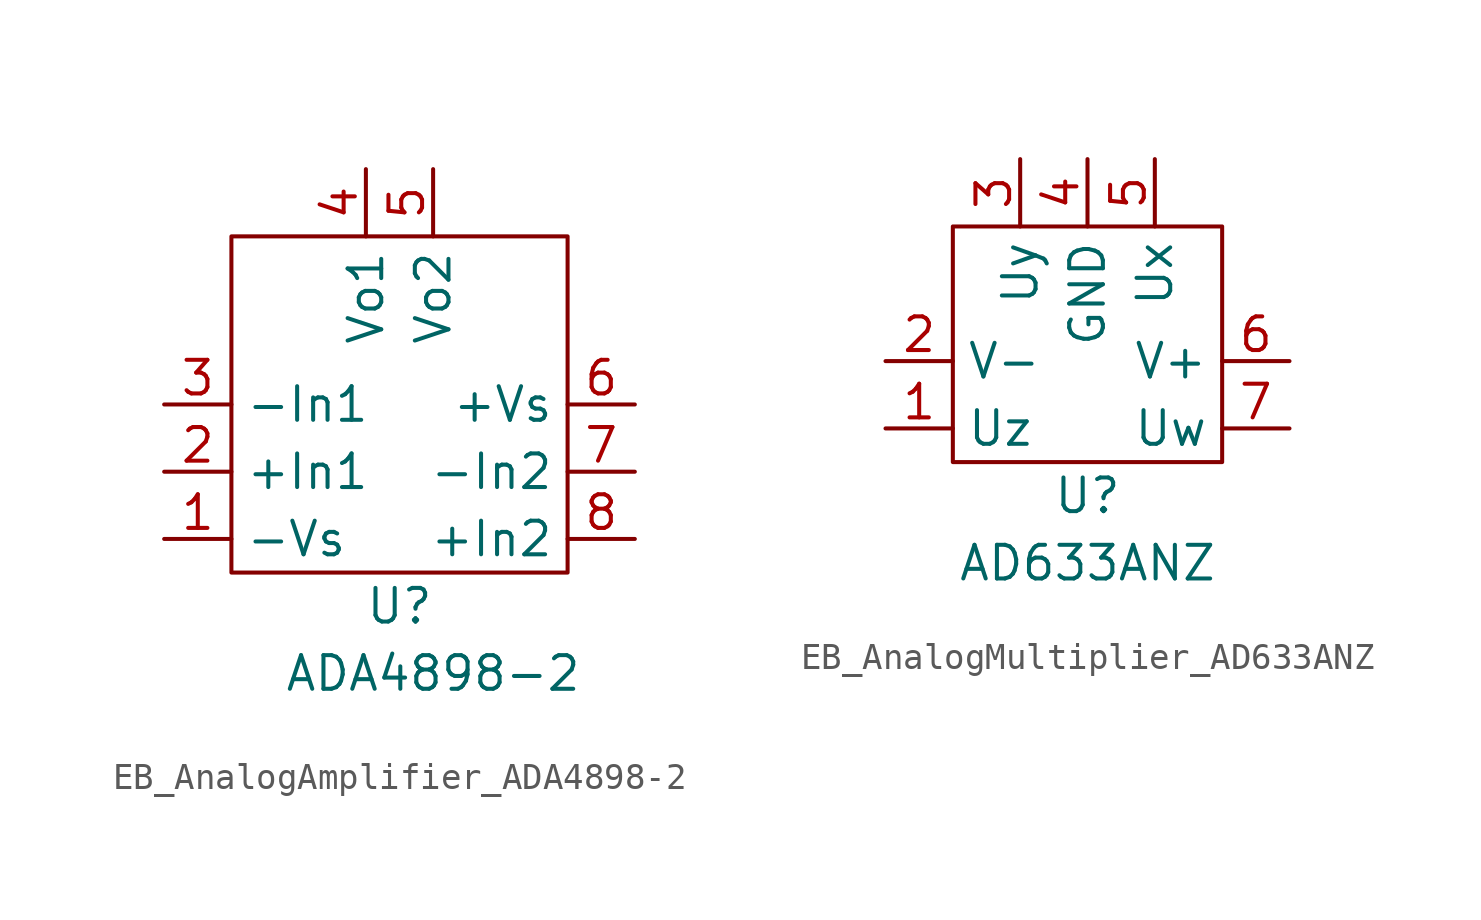
<source format=kicad_sym>
(kicad_symbol_lib
  (version 20220914)
  (generator kicad_symbol_editor)
  (symbol "EB_AnalogAmplifier_ADA4898-2"
    (property "Reference" "U"
      (at 0 -8.89 0)
      (effects (font (size 1.27 1.27))))
    (property "Value" "ADA4898-2"
      (at 1.27 -11.43 0)
      (effects (font (size 1.27 1.27))))
    (symbol "EB_AnalogAmplifier_ADA4898-2_0_1"
      (rectangle (start -6.35 5.08) (end 6.35 -7.62) (stroke (width 0) (type default)) (fill (type none))))
    (symbol "EB_AnalogAmplifier_ADA4898-2_1_1"
      (pin power_in line (at -8.89 -6.35 0) (length 2.54) (name "-Vs" (effects (font (size 1.27 1.27)))) (number "1" (effects (font (size 1.27 1.27)))))
      (pin input line (at -8.89 -3.81 0) (length 2.54) (name "+In1" (effects (font (size 1.27 1.27)))) (number "2" (effects (font (size 1.27 1.27)))))
      (pin input line (at -8.89 -1.27 0) (length 2.54) (name "-In1" (effects (font (size 1.27 1.27)))) (number "3" (effects (font (size 1.27 1.27)))))
      (pin output line (at -1.27 7.62 270) (length 2.54) (name "Vo1" (effects (font (size 1.27 1.27)))) (number "4" (effects (font (size 1.27 1.27)))))
      (pin output line (at 1.27 7.62 270) (length 2.54) (name "Vo2" (effects (font (size 1.27 1.27)))) (number "5" (effects (font (size 1.27 1.27)))))
      (pin power_in line (at 8.89 -1.27 180) (length 2.54) (name "+Vs" (effects (font (size 1.27 1.27)))) (number "6" (effects (font (size 1.27 1.27)))))
      (pin input line (at 8.89 -3.81 180) (length 2.54) (name "-In2" (effects (font (size 1.27 1.27)))) (number "7" (effects (font (size 1.27 1.27)))))
      (pin input line (at 8.89 -6.35 180) (length 2.54) (name "+In2" (effects (font (size 1.27 1.27)))) (number "8" (effects (font (size 1.27 1.27)))))))
  (symbol "EB_AnalogMultiplier_AD633ANZ"
    (property "Reference" "U"
      (at 0 -5.08 0)
      (effects (font (size 1.27 1.27))))
    (property "Value" "AD633ANZ"
      (at 0 -7.62 0)
      (effects (font (size 1.27 1.27))))
    (symbol "EB_AnalogMultiplier_AD633ANZ_0_1"
      (rectangle (start -5.08 5.08) (end 5.08 -3.81) (stroke (width 0) (type default)) (fill (type none))))
    (symbol "EB_AnalogMultiplier_AD633ANZ_1_1"
      (pin output line (at -7.62 -2.54 0) (length 2.54) (name "Uz" (effects (font (size 1.27 1.27)))) (number "1" (effects (font (size 1.27 1.27)))))
      (pin power_in line (at -7.62 0 0) (length 2.54) (name "V-" (effects (font (size 1.27 1.27)))) (number "2" (effects (font (size 1.27 1.27)))))
      (pin input line (at -2.54 7.62 270) (length 2.54) (name "Uy" (effects (font (size 1.27 1.27)))) (number "3" (effects (font (size 1.27 1.27)))))
      (pin power_in line (at 0 7.62 270) (length 2.54) (name "GND" (effects (font (size 1.27 1.27)))) (number "4" (effects (font (size 1.27 1.27)))))
      (pin output line (at 2.54 7.62 270) (length 2.54) (name "Ux" (effects (font (size 1.27 1.27)))) (number "5" (effects (font (size 1.27 1.27)))))
      (pin power_in line (at 7.62 0 180) (length 2.54) (name "V+" (effects (font (size 1.27 1.27)))) (number "6" (effects (font (size 1.27 1.27)))))
      (pin output line (at 7.62 -2.54 180) (length 2.54) (name "Uw" (effects (font (size 1.27 1.27)))) (number "7" (effects (font (size 1.27 1.27))))))))
</source>
